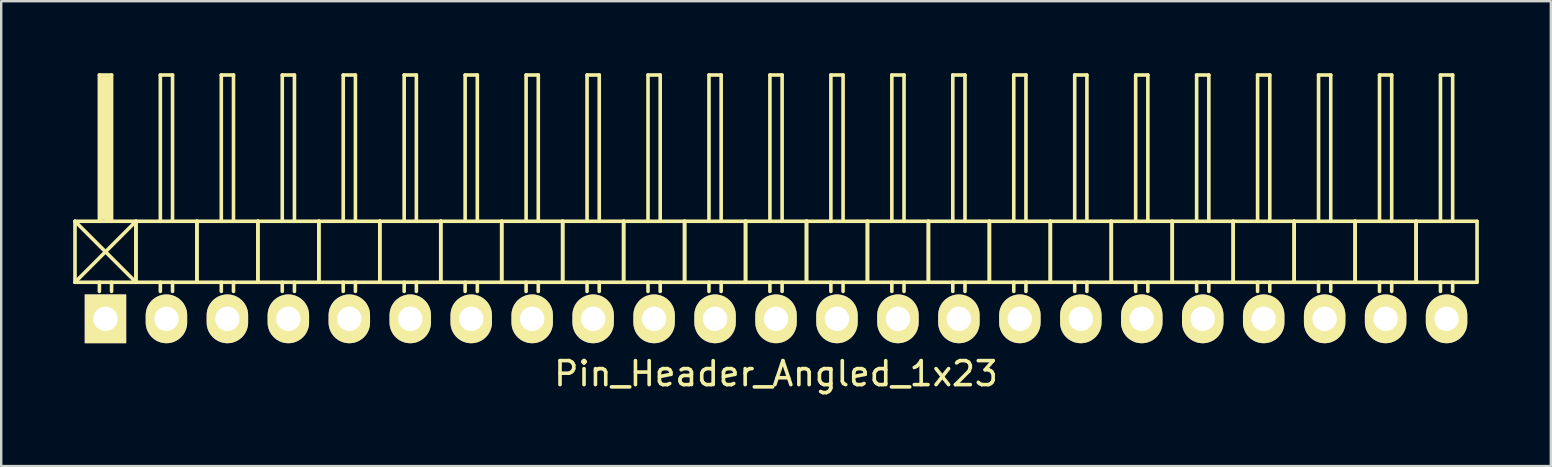
<source format=kicad_pcb>
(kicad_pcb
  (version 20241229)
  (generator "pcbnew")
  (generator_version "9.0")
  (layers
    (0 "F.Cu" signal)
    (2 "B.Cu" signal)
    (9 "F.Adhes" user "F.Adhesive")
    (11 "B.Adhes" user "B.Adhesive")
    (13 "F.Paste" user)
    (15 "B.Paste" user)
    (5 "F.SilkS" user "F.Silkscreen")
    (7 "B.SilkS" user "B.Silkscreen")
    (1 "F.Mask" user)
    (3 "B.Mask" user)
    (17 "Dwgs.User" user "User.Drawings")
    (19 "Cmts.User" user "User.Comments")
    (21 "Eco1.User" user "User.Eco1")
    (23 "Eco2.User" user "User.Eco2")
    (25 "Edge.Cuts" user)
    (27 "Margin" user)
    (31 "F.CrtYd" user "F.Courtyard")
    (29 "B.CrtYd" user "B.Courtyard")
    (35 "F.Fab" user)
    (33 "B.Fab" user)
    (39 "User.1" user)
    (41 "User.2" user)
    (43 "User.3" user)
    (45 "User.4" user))
  (footprint "Pin_Header_Angled_1x23"
    (layer "F.Cu")
    (at 29.285 10.235)
    (property "Reference" "Pin_Header_Angled_1x23" (at 0 2.286 0) (layer "F.SilkS") (effects (font (size 1 1) (thickness 0.15))))
    (attr through_hole)
    (fp_line (start -29.21 -4.064) (end -26.67 -1.524) (stroke (width 0.15) (type solid)) (layer "F.SilkS"))
    (fp_line (start -29.21 -1.524) (end -29.21 -4.064) (stroke (width 0.15) (type solid)) (layer "F.SilkS"))
    (fp_line (start -29.21 -1.524) (end -26.67 -1.524) (stroke (width 0.15) (type solid)) (layer "F.SilkS"))
    (fp_line (start -28.194 -10.16) (end -27.686 -10.16) (stroke (width 0.15) (type solid)) (layer "F.SilkS"))
    (fp_line (start -28.194 -4.064) (end -28.194 -10.16) (stroke (width 0.15) (type solid)) (layer "F.SilkS"))
    (fp_line (start -28.194 -1.524) (end -28.194 -1.143) (stroke (width 0.15) (type solid)) (layer "F.SilkS"))
    (fp_line (start -28.067 -10.033) (end -27.813 -10.033) (stroke (width 0.15) (type solid)) (layer "F.SilkS"))
    (fp_line (start -28.067 -4.191) (end -28.067 -10.033) (stroke (width 0.15) (type solid)) (layer "F.SilkS"))
    (fp_line (start -27.94 -4.191) (end -27.94 -10.033) (stroke (width 0.15) (type solid)) (layer "F.SilkS"))
    (fp_line (start -27.813 -10.033) (end -27.813 -4.191) (stroke (width 0.15) (type solid)) (layer "F.SilkS"))
    (fp_line (start -27.813 -4.191) (end -27.94 -4.191) (stroke (width 0.15) (type solid)) (layer "F.SilkS"))
    (fp_line (start -27.686 -10.16) (end -27.686 -4.064) (stroke (width 0.15) (type solid)) (layer "F.SilkS"))
    (fp_line (start -27.686 -1.524) (end -27.686 -1.143) (stroke (width 0.15) (type solid)) (layer "F.SilkS"))
    (fp_line (start -26.67 -4.064) (end -29.21 -4.064) (stroke (width 0.15) (type solid)) (layer "F.SilkS"))
    (fp_line (start -26.67 -4.064) (end -29.21 -1.524) (stroke (width 0.15) (type solid)) (layer "F.SilkS"))
    (fp_line (start -26.67 -1.524) (end -26.67 -4.064) (stroke (width 0.15) (type solid)) (layer "F.SilkS"))
    (fp_line (start -26.67 -1.524) (end -26.67 -4.064) (stroke (width 0.15) (type solid)) (layer "F.SilkS"))
    (fp_line (start -26.67 -1.524) (end -24.13 -1.524) (stroke (width 0.15) (type solid)) (layer "F.SilkS"))
    (fp_line (start -25.654 -10.16) (end -25.146 -10.16) (stroke (width 0.15) (type solid)) (layer "F.SilkS"))
    (fp_line (start -25.654 -4.064) (end -25.654 -10.16) (stroke (width 0.15) (type solid)) (layer "F.SilkS"))
    (fp_line (start -25.654 -1.524) (end -25.654 -1.143) (stroke (width 0.15) (type solid)) (layer "F.SilkS"))
    (fp_line (start -25.146 -10.16) (end -25.146 -4.064) (stroke (width 0.15) (type solid)) (layer "F.SilkS"))
    (fp_line (start -25.146 -1.524) (end -25.146 -1.143) (stroke (width 0.15) (type solid)) (layer "F.SilkS"))
    (fp_line (start -24.13 -4.064) (end -26.67 -4.064) (stroke (width 0.15) (type solid)) (layer "F.SilkS"))
    (fp_line (start -24.13 -1.524) (end -24.13 -4.064) (stroke (width 0.15) (type solid)) (layer "F.SilkS"))
    (fp_line (start -24.13 -1.524) (end -24.13 -4.064) (stroke (width 0.15) (type solid)) (layer "F.SilkS"))
    (fp_line (start -24.13 -1.524) (end -21.59 -1.524) (stroke (width 0.15) (type solid)) (layer "F.SilkS"))
    (fp_line (start -23.114 -10.16) (end -22.606 -10.16) (stroke (width 0.15) (type solid)) (layer "F.SilkS"))
    (fp_line (start -23.114 -4.064) (end -23.114 -10.16) (stroke (width 0.15) (type solid)) (layer "F.SilkS"))
    (fp_line (start -23.114 -1.524) (end -23.114 -1.143) (stroke (width 0.15) (type solid)) (layer "F.SilkS"))
    (fp_line (start -22.606 -10.16) (end -22.606 -4.064) (stroke (width 0.15) (type solid)) (layer "F.SilkS"))
    (fp_line (start -22.606 -1.524) (end -22.606 -1.143) (stroke (width 0.15) (type solid)) (layer "F.SilkS"))
    (fp_line (start -21.59 -4.064) (end -24.13 -4.064) (stroke (width 0.15) (type solid)) (layer "F.SilkS"))
    (fp_line (start -21.59 -1.524) (end -21.59 -4.064) (stroke (width 0.15) (type solid)) (layer "F.SilkS"))
    (fp_line (start -21.59 -1.524) (end -21.59 -4.064) (stroke (width 0.15) (type solid)) (layer "F.SilkS"))
    (fp_line (start -21.59 -1.524) (end -19.05 -1.524) (stroke (width 0.15) (type solid)) (layer "F.SilkS"))
    (fp_line (start -20.574 -10.16) (end -20.066 -10.16) (stroke (width 0.15) (type solid)) (layer "F.SilkS"))
    (fp_line (start -20.574 -4.064) (end -20.574 -10.16) (stroke (width 0.15) (type solid)) (layer "F.SilkS"))
    (fp_line (start -20.574 -1.524) (end -20.574 -1.143) (stroke (width 0.15) (type solid)) (layer "F.SilkS"))
    (fp_line (start -20.066 -10.16) (end -20.066 -4.064) (stroke (width 0.15) (type solid)) (layer "F.SilkS"))
    (fp_line (start -20.066 -1.524) (end -20.066 -1.143) (stroke (width 0.15) (type solid)) (layer "F.SilkS"))
    (fp_line (start -19.05 -4.064) (end -21.59 -4.064) (stroke (width 0.15) (type solid)) (layer "F.SilkS"))
    (fp_line (start -19.05 -1.524) (end -19.05 -4.064) (stroke (width 0.15) (type solid)) (layer "F.SilkS"))
    (fp_line (start -19.05 -1.524) (end -19.05 -4.064) (stroke (width 0.15) (type solid)) (layer "F.SilkS"))
    (fp_line (start -19.05 -1.524) (end -16.51 -1.524) (stroke (width 0.15) (type solid)) (layer "F.SilkS"))
    (fp_line (start -18.034 -10.16) (end -17.526 -10.16) (stroke (width 0.15) (type solid)) (layer "F.SilkS"))
    (fp_line (start -18.034 -4.064) (end -18.034 -10.16) (stroke (width 0.15) (type solid)) (layer "F.SilkS"))
    (fp_line (start -18.034 -1.524) (end -18.034 -1.143) (stroke (width 0.15) (type solid)) (layer "F.SilkS"))
    (fp_line (start -17.526 -10.16) (end -17.526 -4.064) (stroke (width 0.15) (type solid)) (layer "F.SilkS"))
    (fp_line (start -17.526 -1.524) (end -17.526 -1.143) (stroke (width 0.15) (type solid)) (layer "F.SilkS"))
    (fp_line (start -16.51 -4.064) (end -19.05 -4.064) (stroke (width 0.15) (type solid)) (layer "F.SilkS"))
    (fp_line (start -16.51 -1.524) (end -16.51 -4.064) (stroke (width 0.15) (type solid)) (layer "F.SilkS"))
    (fp_line (start -16.51 -1.524) (end -16.51 -4.064) (stroke (width 0.15) (type solid)) (layer "F.SilkS"))
    (fp_line (start -16.51 -1.524) (end -13.97 -1.524) (stroke (width 0.15) (type solid)) (layer "F.SilkS"))
    (fp_line (start -15.494 -10.16) (end -14.986 -10.16) (stroke (width 0.15) (type solid)) (layer "F.SilkS"))
    (fp_line (start -15.494 -4.064) (end -15.494 -10.16) (stroke (width 0.15) (type solid)) (layer "F.SilkS"))
    (fp_line (start -15.494 -1.524) (end -15.494 -1.143) (stroke (width 0.15) (type solid)) (layer "F.SilkS"))
    (fp_line (start -14.986 -10.16) (end -14.986 -4.064) (stroke (width 0.15) (type solid)) (layer "F.SilkS"))
    (fp_line (start -14.986 -1.524) (end -14.986 -1.143) (stroke (width 0.15) (type solid)) (layer "F.SilkS"))
    (fp_line (start -13.97 -4.064) (end -16.51 -4.064) (stroke (width 0.15) (type solid)) (layer "F.SilkS"))
    (fp_line (start -13.97 -1.524) (end -13.97 -4.064) (stroke (width 0.15) (type solid)) (layer "F.SilkS"))
    (fp_line (start -13.97 -1.524) (end -13.97 -4.064) (stroke (width 0.15) (type solid)) (layer "F.SilkS"))
    (fp_line (start -13.97 -1.524) (end -11.43 -1.524) (stroke (width 0.15) (type solid)) (layer "F.SilkS"))
    (fp_line (start -12.954 -10.16) (end -12.446 -10.16) (stroke (width 0.15) (type solid)) (layer "F.SilkS"))
    (fp_line (start -12.954 -4.064) (end -12.954 -10.16) (stroke (width 0.15) (type solid)) (layer "F.SilkS"))
    (fp_line (start -12.954 -1.524) (end -12.954 -1.143) (stroke (width 0.15) (type solid)) (layer "F.SilkS"))
    (fp_line (start -12.446 -10.16) (end -12.446 -4.064) (stroke (width 0.15) (type solid)) (layer "F.SilkS"))
    (fp_line (start -12.446 -1.524) (end -12.446 -1.143) (stroke (width 0.15) (type solid)) (layer "F.SilkS"))
    (fp_line (start -11.43 -4.064) (end -13.97 -4.064) (stroke (width 0.15) (type solid)) (layer "F.SilkS"))
    (fp_line (start -11.43 -1.524) (end -11.43 -4.064) (stroke (width 0.15) (type solid)) (layer "F.SilkS"))
    (fp_line (start -11.43 -1.524) (end -11.43 -4.064) (stroke (width 0.15) (type solid)) (layer "F.SilkS"))
    (fp_line (start -11.43 -1.524) (end -8.89 -1.524) (stroke (width 0.15) (type solid)) (layer "F.SilkS"))
    (fp_line (start -10.414 -10.16) (end -9.906 -10.16) (stroke (width 0.15) (type solid)) (layer "F.SilkS"))
    (fp_line (start -10.414 -4.064) (end -10.414 -10.16) (stroke (width 0.15) (type solid)) (layer "F.SilkS"))
    (fp_line (start -10.414 -1.524) (end -10.414 -1.143) (stroke (width 0.15) (type solid)) (layer "F.SilkS"))
    (fp_line (start -9.906 -10.16) (end -9.906 -4.064) (stroke (width 0.15) (type solid)) (layer "F.SilkS"))
    (fp_line (start -9.906 -1.524) (end -9.906 -1.143) (stroke (width 0.15) (type solid)) (layer "F.SilkS"))
    (fp_line (start -8.89 -4.064) (end -11.43 -4.064) (stroke (width 0.15) (type solid)) (layer "F.SilkS"))
    (fp_line (start -8.89 -1.524) (end -8.89 -4.064) (stroke (width 0.15) (type solid)) (layer "F.SilkS"))
    (fp_line (start -8.89 -1.524) (end -8.89 -4.064) (stroke (width 0.15) (type solid)) (layer "F.SilkS"))
    (fp_line (start -8.89 -1.524) (end -6.35 -1.524) (stroke (width 0.15) (type solid)) (layer "F.SilkS"))
    (fp_line (start -7.874 -10.16) (end -7.366 -10.16) (stroke (width 0.15) (type solid)) (layer "F.SilkS"))
    (fp_line (start -7.874 -4.064) (end -7.874 -10.16) (stroke (width 0.15) (type solid)) (layer "F.SilkS"))
    (fp_line (start -7.874 -1.524) (end -7.874 -1.143) (stroke (width 0.15) (type solid)) (layer "F.SilkS"))
    (fp_line (start -7.366 -10.16) (end -7.366 -4.064) (stroke (width 0.15) (type solid)) (layer "F.SilkS"))
    (fp_line (start -7.366 -1.524) (end -7.366 -1.143) (stroke (width 0.15) (type solid)) (layer "F.SilkS"))
    (fp_line (start -6.35 -4.064) (end -8.89 -4.064) (stroke (width 0.15) (type solid)) (layer "F.SilkS"))
    (fp_line (start -6.35 -1.524) (end -6.35 -4.064) (stroke (width 0.15) (type solid)) (layer "F.SilkS"))
    (fp_line (start -6.35 -1.524) (end -6.35 -4.064) (stroke (width 0.15) (type solid)) (layer "F.SilkS"))
    (fp_line (start -6.35 -1.524) (end -3.81 -1.524) (stroke (width 0.15) (type solid)) (layer "F.SilkS"))
    (fp_line (start -5.334 -10.16) (end -4.826 -10.16) (stroke (width 0.15) (type solid)) (layer "F.SilkS"))
    (fp_line (start -5.334 -4.064) (end -5.334 -10.16) (stroke (width 0.15) (type solid)) (layer "F.SilkS"))
    (fp_line (start -5.334 -1.524) (end -5.334 -1.143) (stroke (width 0.15) (type solid)) (layer "F.SilkS"))
    (fp_line (start -4.826 -10.16) (end -4.826 -4.064) (stroke (width 0.15) (type solid)) (layer "F.SilkS"))
    (fp_line (start -4.826 -1.524) (end -4.826 -1.143) (stroke (width 0.15) (type solid)) (layer "F.SilkS"))
    (fp_line (start -3.81 -4.064) (end -6.35 -4.064) (stroke (width 0.15) (type solid)) (layer "F.SilkS"))
    (fp_line (start -3.81 -1.524) (end -3.81 -4.064) (stroke (width 0.15) (type solid)) (layer "F.SilkS"))
    (fp_line (start -3.81 -1.524) (end -3.81 -4.064) (stroke (width 0.15) (type solid)) (layer "F.SilkS"))
    (fp_line (start -3.81 -1.524) (end -1.27 -1.524) (stroke (width 0.15) (type solid)) (layer "F.SilkS"))
    (fp_line (start -2.794 -10.16) (end -2.286 -10.16) (stroke (width 0.15) (type solid)) (layer "F.SilkS"))
    (fp_line (start -2.794 -4.064) (end -2.794 -10.16) (stroke (width 0.15) (type solid)) (layer "F.SilkS"))
    (fp_line (start -2.794 -1.524) (end -2.794 -1.143) (stroke (width 0.15) (type solid)) (layer "F.SilkS"))
    (fp_line (start -2.286 -10.16) (end -2.286 -4.064) (stroke (width 0.15) (type solid)) (layer "F.SilkS"))
    (fp_line (start -2.286 -1.524) (end -2.286 -1.143) (stroke (width 0.15) (type solid)) (layer "F.SilkS"))
    (fp_line (start -1.27 -4.064) (end -3.81 -4.064) (stroke (width 0.15) (type solid)) (layer "F.SilkS"))
    (fp_line (start -1.27 -1.524) (end -1.27 -4.064) (stroke (width 0.15) (type solid)) (layer "F.SilkS"))
    (fp_line (start -1.27 -1.524) (end -1.27 -4.064) (stroke (width 0.15) (type solid)) (layer "F.SilkS"))
    (fp_line (start -1.27 -1.524) (end 1.27 -1.524) (stroke (width 0.15) (type solid)) (layer "F.SilkS"))
    (fp_line (start -0.254 -10.16) (end 0.254 -10.16) (stroke (width 0.15) (type solid)) (layer "F.SilkS"))
    (fp_line (start -0.254 -4.064) (end -0.254 -10.16) (stroke (width 0.15) (type solid)) (layer "F.SilkS"))
    (fp_line (start -0.254 -1.524) (end -0.254 -1.143) (stroke (width 0.15) (type solid)) (layer "F.SilkS"))
    (fp_line (start 0.254 -10.16) (end 0.254 -4.064) (stroke (width 0.15) (type solid)) (layer "F.SilkS"))
    (fp_line (start 0.254 -1.524) (end 0.254 -1.143) (stroke (width 0.15) (type solid)) (layer "F.SilkS"))
    (fp_line (start 1.27 -4.064) (end -1.27 -4.064) (stroke (width 0.15) (type solid)) (layer "F.SilkS"))
    (fp_line (start 1.27 -1.524) (end 1.27 -4.064) (stroke (width 0.15) (type solid)) (layer "F.SilkS"))
    (fp_line (start 1.27 -1.524) (end 1.27 -4.064) (stroke (width 0.15) (type solid)) (layer "F.SilkS"))
    (fp_line (start 1.27 -1.524) (end 3.81 -1.524) (stroke (width 0.15) (type solid)) (layer "F.SilkS"))
    (fp_line (start 2.286 -10.16) (end 2.794 -10.16) (stroke (width 0.15) (type solid)) (layer "F.SilkS"))
    (fp_line (start 2.286 -4.064) (end 2.286 -10.16) (stroke (width 0.15) (type solid)) (layer "F.SilkS"))
    (fp_line (start 2.286 -1.524) (end 2.286 -1.143) (stroke (width 0.15) (type solid)) (layer "F.SilkS"))
    (fp_line (start 2.794 -10.16) (end 2.794 -4.064) (stroke (width 0.15) (type solid)) (layer "F.SilkS"))
    (fp_line (start 2.794 -1.524) (end 2.794 -1.143) (stroke (width 0.15) (type solid)) (layer "F.SilkS"))
    (fp_line (start 3.81 -4.064) (end 1.27 -4.064) (stroke (width 0.15) (type solid)) (layer "F.SilkS"))
    (fp_line (start 3.81 -1.524) (end 3.81 -4.064) (stroke (width 0.15) (type solid)) (layer "F.SilkS"))
    (fp_line (start 3.81 -1.524) (end 3.81 -4.064) (stroke (width 0.15) (type solid)) (layer "F.SilkS"))
    (fp_line (start 3.81 -1.524) (end 6.35 -1.524) (stroke (width 0.15) (type solid)) (layer "F.SilkS"))
    (fp_line (start 4.826 -10.16) (end 5.334 -10.16) (stroke (width 0.15) (type solid)) (layer "F.SilkS"))
    (fp_line (start 4.826 -4.064) (end 4.826 -10.16) (stroke (width 0.15) (type solid)) (layer "F.SilkS"))
    (fp_line (start 4.826 -1.524) (end 4.826 -1.143) (stroke (width 0.15) (type solid)) (layer "F.SilkS"))
    (fp_line (start 5.334 -10.16) (end 5.334 -4.064) (stroke (width 0.15) (type solid)) (layer "F.SilkS"))
    (fp_line (start 5.334 -1.524) (end 5.334 -1.143) (stroke (width 0.15) (type solid)) (layer "F.SilkS"))
    (fp_line (start 6.35 -4.064) (end 3.81 -4.064) (stroke (width 0.15) (type solid)) (layer "F.SilkS"))
    (fp_line (start 6.35 -1.524) (end 6.35 -4.064) (stroke (width 0.15) (type solid)) (layer "F.SilkS"))
    (fp_line (start 6.35 -1.524) (end 6.35 -4.064) (stroke (width 0.15) (type solid)) (layer "F.SilkS"))
    (fp_line (start 6.35 -1.524) (end 8.89 -1.524) (stroke (width 0.15) (type solid)) (layer "F.SilkS"))
    (fp_line (start 7.366 -10.16) (end 7.874 -10.16) (stroke (width 0.15) (type solid)) (layer "F.SilkS"))
    (fp_line (start 7.366 -4.064) (end 7.366 -10.16) (stroke (width 0.15) (type solid)) (layer "F.SilkS"))
    (fp_line (start 7.366 -1.524) (end 7.366 -1.143) (stroke (width 0.15) (type solid)) (layer "F.SilkS"))
    (fp_line (start 7.874 -10.16) (end 7.874 -4.064) (stroke (width 0.15) (type solid)) (layer "F.SilkS"))
    (fp_line (start 7.874 -1.524) (end 7.874 -1.143) (stroke (width 0.15) (type solid)) (layer "F.SilkS"))
    (fp_line (start 8.89 -4.064) (end 6.35 -4.064) (stroke (width 0.15) (type solid)) (layer "F.SilkS"))
    (fp_line (start 8.89 -1.524) (end 8.89 -4.064) (stroke (width 0.15) (type solid)) (layer "F.SilkS"))
    (fp_line (start 8.89 -1.524) (end 8.89 -4.064) (stroke (width 0.15) (type solid)) (layer "F.SilkS"))
    (fp_line (start 8.89 -1.524) (end 11.43 -1.524) (stroke (width 0.15) (type solid)) (layer "F.SilkS"))
    (fp_line (start 9.906 -10.16) (end 10.414 -10.16) (stroke (width 0.15) (type solid)) (layer "F.SilkS"))
    (fp_line (start 9.906 -4.064) (end 9.906 -10.16) (stroke (width 0.15) (type solid)) (layer "F.SilkS"))
    (fp_line (start 9.906 -1.524) (end 9.906 -1.143) (stroke (width 0.15) (type solid)) (layer "F.SilkS"))
    (fp_line (start 10.414 -10.16) (end 10.414 -4.064) (stroke (width 0.15) (type solid)) (layer "F.SilkS"))
    (fp_line (start 10.414 -1.524) (end 10.414 -1.143) (stroke (width 0.15) (type solid)) (layer "F.SilkS"))
    (fp_line (start 11.43 -4.064) (end 8.89 -4.064) (stroke (width 0.15) (type solid)) (layer "F.SilkS"))
    (fp_line (start 11.43 -1.524) (end 11.43 -4.064) (stroke (width 0.15) (type solid)) (layer "F.SilkS"))
    (fp_line (start 11.43 -1.524) (end 11.43 -4.064) (stroke (width 0.15) (type solid)) (layer "F.SilkS"))
    (fp_line (start 11.43 -1.524) (end 13.97 -1.524) (stroke (width 0.15) (type solid)) (layer "F.SilkS"))
    (fp_line (start 12.446 -10.16) (end 12.954 -10.16) (stroke (width 0.15) (type solid)) (layer "F.SilkS"))
    (fp_line (start 12.446 -4.064) (end 12.446 -10.16) (stroke (width 0.15) (type solid)) (layer "F.SilkS"))
    (fp_line (start 12.446 -1.524) (end 12.446 -1.143) (stroke (width 0.15) (type solid)) (layer "F.SilkS"))
    (fp_line (start 12.954 -10.16) (end 12.954 -4.064) (stroke (width 0.15) (type solid)) (layer "F.SilkS"))
    (fp_line (start 12.954 -1.524) (end 12.954 -1.143) (stroke (width 0.15) (type solid)) (layer "F.SilkS"))
    (fp_line (start 13.97 -4.064) (end 11.43 -4.064) (stroke (width 0.15) (type solid)) (layer "F.SilkS"))
    (fp_line (start 13.97 -1.524) (end 13.97 -4.064) (stroke (width 0.15) (type solid)) (layer "F.SilkS"))
    (fp_line (start 13.97 -1.524) (end 13.97 -4.064) (stroke (width 0.15) (type solid)) (layer "F.SilkS"))
    (fp_line (start 13.97 -1.524) (end 16.51 -1.524) (stroke (width 0.15) (type solid)) (layer "F.SilkS"))
    (fp_line (start 14.986 -10.16) (end 15.494 -10.16) (stroke (width 0.15) (type solid)) (layer "F.SilkS"))
    (fp_line (start 14.986 -4.064) (end 14.986 -10.16) (stroke (width 0.15) (type solid)) (layer "F.SilkS"))
    (fp_line (start 14.986 -1.524) (end 14.986 -1.143) (stroke (width 0.15) (type solid)) (layer "F.SilkS"))
    (fp_line (start 15.494 -10.16) (end 15.494 -4.064) (stroke (width 0.15) (type solid)) (layer "F.SilkS"))
    (fp_line (start 15.494 -1.524) (end 15.494 -1.143) (stroke (width 0.15) (type solid)) (layer "F.SilkS"))
    (fp_line (start 16.51 -4.064) (end 13.97 -4.064) (stroke (width 0.15) (type solid)) (layer "F.SilkS"))
    (fp_line (start 16.51 -1.524) (end 16.51 -4.064) (stroke (width 0.15) (type solid)) (layer "F.SilkS"))
    (fp_line (start 16.51 -1.524) (end 16.51 -4.064) (stroke (width 0.15) (type solid)) (layer "F.SilkS"))
    (fp_line (start 16.51 -1.524) (end 19.05 -1.524) (stroke (width 0.15) (type solid)) (layer "F.SilkS"))
    (fp_line (start 17.526 -10.16) (end 18.034 -10.16) (stroke (width 0.15) (type solid)) (layer "F.SilkS"))
    (fp_line (start 17.526 -4.064) (end 17.526 -10.16) (stroke (width 0.15) (type solid)) (layer "F.SilkS"))
    (fp_line (start 17.526 -1.524) (end 17.526 -1.143) (stroke (width 0.15) (type solid)) (layer "F.SilkS"))
    (fp_line (start 18.034 -10.16) (end 18.034 -4.064) (stroke (width 0.15) (type solid)) (layer "F.SilkS"))
    (fp_line (start 18.034 -1.524) (end 18.034 -1.143) (stroke (width 0.15) (type solid)) (layer "F.SilkS"))
    (fp_line (start 19.05 -4.064) (end 16.51 -4.064) (stroke (width 0.15) (type solid)) (layer "F.SilkS"))
    (fp_line (start 19.05 -1.524) (end 19.05 -4.064) (stroke (width 0.15) (type solid)) (layer "F.SilkS"))
    (fp_line (start 19.05 -1.524) (end 19.05 -4.064) (stroke (width 0.15) (type solid)) (layer "F.SilkS"))
    (fp_line (start 19.05 -1.524) (end 21.59 -1.524) (stroke (width 0.15) (type solid)) (layer "F.SilkS"))
    (fp_line (start 20.066 -10.16) (end 20.574 -10.16) (stroke (width 0.15) (type solid)) (layer "F.SilkS"))
    (fp_line (start 20.066 -4.064) (end 20.066 -10.16) (stroke (width 0.15) (type solid)) (layer "F.SilkS"))
    (fp_line (start 20.066 -1.524) (end 20.066 -1.143) (stroke (width 0.15) (type solid)) (layer "F.SilkS"))
    (fp_line (start 20.574 -10.16) (end 20.574 -4.064) (stroke (width 0.15) (type solid)) (layer "F.SilkS"))
    (fp_line (start 20.574 -1.524) (end 20.574 -1.143) (stroke (width 0.15) (type solid)) (layer "F.SilkS"))
    (fp_line (start 21.59 -4.064) (end 19.05 -4.064) (stroke (width 0.15) (type solid)) (layer "F.SilkS"))
    (fp_line (start 21.59 -1.524) (end 21.59 -4.064) (stroke (width 0.15) (type solid)) (layer "F.SilkS"))
    (fp_line (start 21.59 -1.524) (end 21.59 -4.064) (stroke (width 0.15) (type solid)) (layer "F.SilkS"))
    (fp_line (start 21.59 -1.524) (end 24.13 -1.524) (stroke (width 0.15) (type solid)) (layer "F.SilkS"))
    (fp_line (start 22.606 -10.16) (end 23.114 -10.16) (stroke (width 0.15) (type solid)) (layer "F.SilkS"))
    (fp_line (start 22.606 -4.064) (end 22.606 -10.16) (stroke (width 0.15) (type solid)) (layer "F.SilkS"))
    (fp_line (start 22.606 -1.524) (end 22.606 -1.143) (stroke (width 0.15) (type solid)) (layer "F.SilkS"))
    (fp_line (start 23.114 -10.16) (end 23.114 -4.064) (stroke (width 0.15) (type solid)) (layer "F.SilkS"))
    (fp_line (start 23.114 -1.524) (end 23.114 -1.143) (stroke (width 0.15) (type solid)) (layer "F.SilkS"))
    (fp_line (start 24.13 -4.064) (end 21.59 -4.064) (stroke (width 0.15) (type solid)) (layer "F.SilkS"))
    (fp_line (start 24.13 -1.524) (end 24.13 -4.064) (stroke (width 0.15) (type solid)) (layer "F.SilkS"))
    (fp_line (start 24.13 -1.524) (end 24.13 -4.064) (stroke (width 0.15) (type solid)) (layer "F.SilkS"))
    (fp_line (start 24.13 -1.524) (end 26.67 -1.524) (stroke (width 0.15) (type solid)) (layer "F.SilkS"))
    (fp_line (start 25.146 -10.16) (end 25.654 -10.16) (stroke (width 0.15) (type solid)) (layer "F.SilkS"))
    (fp_line (start 25.146 -4.064) (end 25.146 -10.16) (stroke (width 0.15) (type solid)) (layer "F.SilkS"))
    (fp_line (start 25.146 -1.524) (end 25.146 -1.143) (stroke (width 0.15) (type solid)) (layer "F.SilkS"))
    (fp_line (start 25.654 -10.16) (end 25.654 -4.064) (stroke (width 0.15) (type solid)) (layer "F.SilkS"))
    (fp_line (start 25.654 -1.524) (end 25.654 -1.143) (stroke (width 0.15) (type solid)) (layer "F.SilkS"))
    (fp_line (start 26.67 -4.064) (end 24.13 -4.064) (stroke (width 0.15) (type solid)) (layer "F.SilkS"))
    (fp_line (start 26.67 -1.524) (end 26.67 -4.064) (stroke (width 0.15) (type solid)) (layer "F.SilkS"))
    (fp_line (start 26.67 -1.524) (end 26.67 -4.064) (stroke (width 0.15) (type solid)) (layer "F.SilkS"))
    (fp_line (start 26.67 -1.524) (end 29.21 -1.524) (stroke (width 0.15) (type solid)) (layer "F.SilkS"))
    (fp_line (start 27.686 -10.16) (end 28.194 -10.16) (stroke (width 0.15) (type solid)) (layer "F.SilkS"))
    (fp_line (start 27.686 -4.064) (end 27.686 -10.16) (stroke (width 0.15) (type solid)) (layer "F.SilkS"))
    (fp_line (start 27.686 -1.524) (end 27.686 -1.143) (stroke (width 0.15) (type solid)) (layer "F.SilkS"))
    (fp_line (start 28.194 -10.16) (end 28.194 -4.064) (stroke (width 0.15) (type solid)) (layer "F.SilkS"))
    (fp_line (start 28.194 -1.524) (end 28.194 -1.143) (stroke (width 0.15) (type solid)) (layer "F.SilkS"))
    (fp_line (start 29.21 -4.064) (end 26.67 -4.064) (stroke (width 0.15) (type solid)) (layer "F.SilkS"))
    (fp_line (start 29.21 -1.524) (end 29.21 -4.064) (stroke (width 0.15) (type solid)) (layer "F.SilkS"))
    (pad "1" thru_hole rect (at -27.94 0) (size 1.727 2.032) (drill 1.016) (layers "*.Cu" "*.Mask" "F.SilkS"))
    (pad "2" thru_hole oval (at -25.4 0) (size 1.727 2.032) (drill 1.016) (layers "*.Cu" "*.Mask" "F.SilkS"))
    (pad "3" thru_hole oval (at -22.86 0) (size 1.727 2.032) (drill 1.016) (layers "*.Cu" "*.Mask" "F.SilkS"))
    (pad "4" thru_hole oval (at -20.32 0) (size 1.727 2.032) (drill 1.016) (layers "*.Cu" "*.Mask" "F.SilkS"))
    (pad "5" thru_hole oval (at -17.78 0) (size 1.727 2.032) (drill 1.016) (layers "*.Cu" "*.Mask" "F.SilkS"))
    (pad "6" thru_hole oval (at -15.24 0) (size 1.727 2.032) (drill 1.016) (layers "*.Cu" "*.Mask" "F.SilkS"))
    (pad "7" thru_hole oval (at -12.7 0) (size 1.727 2.032) (drill 1.016) (layers "*.Cu" "*.Mask" "F.SilkS"))
    (pad "8" thru_hole oval (at -10.16 0) (size 1.727 2.032) (drill 1.016) (layers "*.Cu" "*.Mask" "F.SilkS"))
    (pad "9" thru_hole oval (at -7.62 0) (size 1.727 2.032) (drill 1.016) (layers "*.Cu" "*.Mask" "F.SilkS"))
    (pad "10" thru_hole oval (at -5.08 0) (size 1.727 2.032) (drill 1.016) (layers "*.Cu" "*.Mask" "F.SilkS"))
    (pad "11" thru_hole oval (at -2.54 0) (size 1.727 2.032) (drill 1.016) (layers "*.Cu" "*.Mask" "F.SilkS"))
    (pad "12" thru_hole oval (at 0 0) (size 1.727 2.032) (drill 1.016) (layers "*.Cu" "*.Mask" "F.SilkS"))
    (pad "13" thru_hole oval (at 2.54 0) (size 1.727 2.032) (drill 1.016) (layers "*.Cu" "*.Mask" "F.SilkS"))
    (pad "14" thru_hole oval (at 5.08 0) (size 1.727 2.032) (drill 1.016) (layers "*.Cu" "*.Mask" "F.SilkS"))
    (pad "15" thru_hole oval (at 7.62 0) (size 1.727 2.032) (drill 1.016) (layers "*.Cu" "*.Mask" "F.SilkS"))
    (pad "16" thru_hole oval (at 10.16 0) (size 1.727 2.032) (drill 1.016) (layers "*.Cu" "*.Mask" "F.SilkS"))
    (pad "17" thru_hole oval (at 12.7 0) (size 1.727 2.032) (drill 1.016) (layers "*.Cu" "*.Mask" "F.SilkS"))
    (pad "18" thru_hole oval (at 15.24 0) (size 1.727 2.032) (drill 1.016) (layers "*.Cu" "*.Mask" "F.SilkS"))
    (pad "19" thru_hole oval (at 17.78 0) (size 1.727 2.032) (drill 1.016) (layers "*.Cu" "*.Mask" "F.SilkS"))
    (pad "20" thru_hole oval (at 20.32 0) (size 1.727 2.032) (drill 1.016) (layers "*.Cu" "*.Mask" "F.SilkS"))
    (pad "21" thru_hole oval (at 22.86 0) (size 1.727 2.032) (drill 1.016) (layers "*.Cu" "*.Mask" "F.SilkS"))
    (pad "22" thru_hole oval (at 25.4 0) (size 1.727 2.032) (drill 1.016) (layers "*.Cu" "*.Mask" "F.SilkS"))
    (pad "23" thru_hole oval (at 27.94 0) (size 1.727 2.032) (drill 1.016) (layers "*.Cu" "*.Mask" "F.SilkS")))
  (gr_rect
    (start -3 -3)
    (end 61.57 16.369)
    (stroke (width 0.1) (type default))
    (fill no)
    (layer "Edge.Cuts")))
</source>
